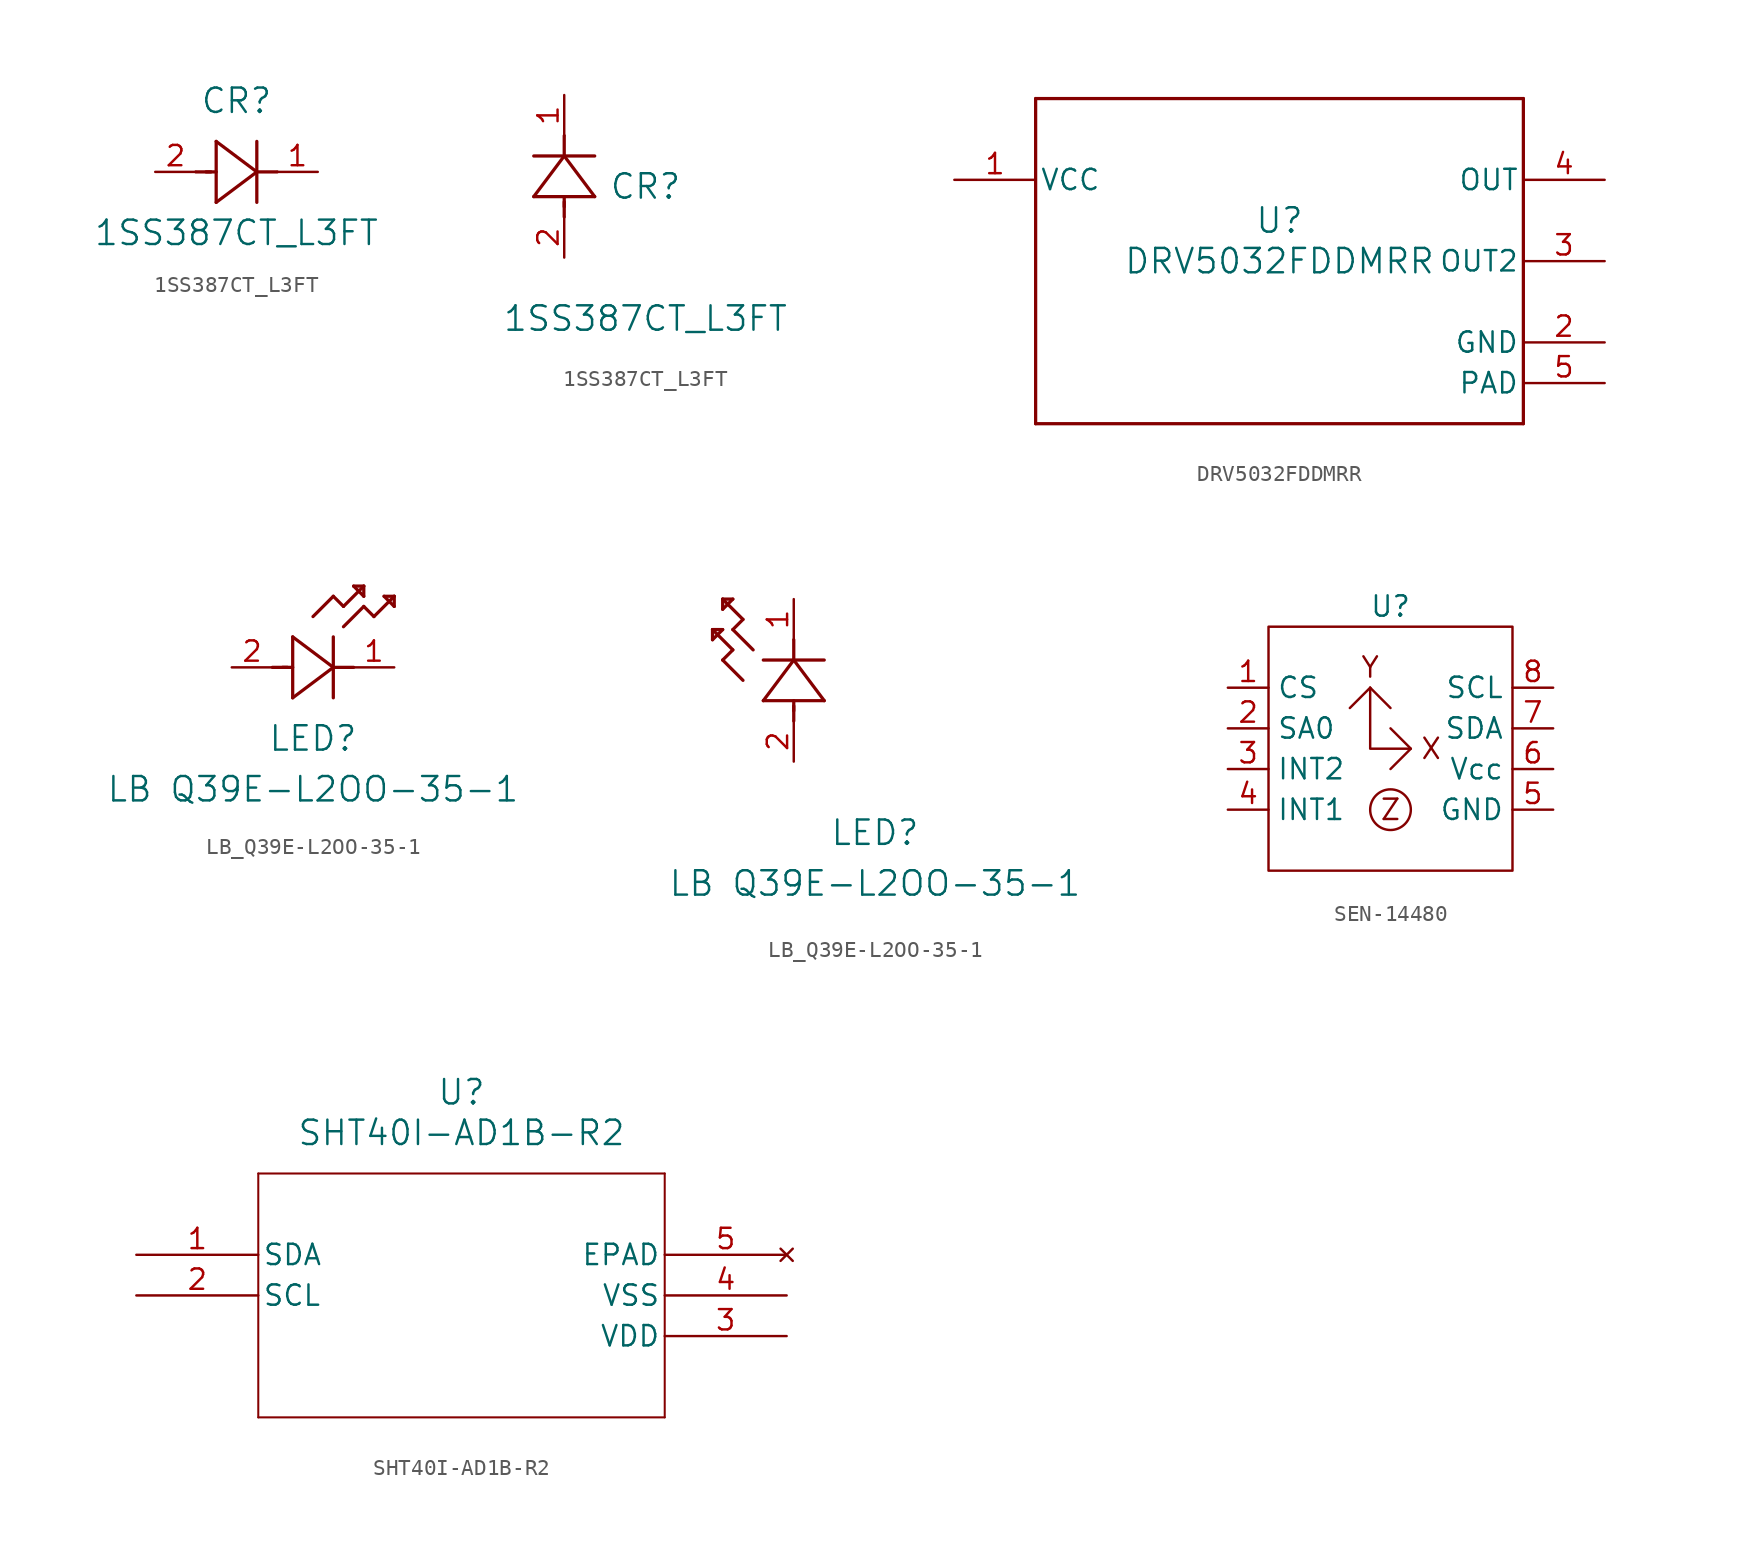
<source format=kicad_sym>
(kicad_symbol_lib
  (version 20220914)
  (generator kicad_symbol_editor)
  (symbol "1SS387CT_L3FT"
    (pin_names
      (offset 0.254))
    (property "Reference" "CR"
      (at 5.08 4.445 0)
      (effects (font (size 1.524 1.524))))
    (property "Value" "1SS387CT_L3FT"
      (at 5.08 -3.81 0)
      (effects (font (size 1.524 1.524))))
    (property "ki_locked" ""
      (at 0 0 0)
      (effects (font (size 1.27 1.27))))
    (symbol "1SS387CT_L3FT_1_1"
      (polyline (pts (xy 2.54 0) (xy 3.48 0)) (stroke (width 0.203) (type default)) (fill (type none)))
      (polyline (pts (xy 3.175 0) (xy 3.81 0)) (stroke (width 0.203) (type default)) (fill (type none)))
      (polyline (pts (xy 3.81 -1.905) (xy 6.35 0)) (stroke (width 0.203) (type default)) (fill (type none)))
      (polyline (pts (xy 3.81 1.905) (xy 3.81 -1.905)) (stroke (width 0.203) (type default)) (fill (type none)))
      (polyline (pts (xy 6.35 -1.905) (xy 6.35 1.905)) (stroke (width 0.203) (type default)) (fill (type none)))
      (polyline (pts (xy 6.35 0) (xy 3.81 1.905)) (stroke (width 0.203) (type default)) (fill (type none)))
      (polyline (pts (xy 6.35 0) (xy 7.62 0)) (stroke (width 0.203) (type default)) (fill (type none)))
      (pin unspecified line (at 10.16 0 180) (length 2.54) (name "" (effects (font (size 1.27 1.27)))) (number "1" (effects (font (size 1.27 1.27)))))
      (pin unspecified line (at 0 0 0) (length 2.54) (name "" (effects (font (size 1.27 1.27)))) (number "2" (effects (font (size 1.27 1.27))))))
    (symbol "1SS387CT_L3FT_1_2"
      (polyline (pts (xy -1.905 3.81) (xy 1.905 3.81)) (stroke (width 0.203) (type default)) (fill (type none)))
      (polyline (pts (xy 0 2.54) (xy 0 3.48)) (stroke (width 0.203) (type default)) (fill (type none)))
      (polyline (pts (xy 0 3.175) (xy 0 3.81)) (stroke (width 0.203) (type default)) (fill (type none)))
      (polyline (pts (xy 0 6.35) (xy -1.905 3.81)) (stroke (width 0.203) (type default)) (fill (type none)))
      (polyline (pts (xy 0 6.35) (xy 0 7.62)) (stroke (width 0.203) (type default)) (fill (type none)))
      (polyline (pts (xy 1.905 3.81) (xy 0 6.35)) (stroke (width 0.203) (type default)) (fill (type none)))
      (polyline (pts (xy 1.905 6.35) (xy -1.905 6.35)) (stroke (width 0.203) (type default)) (fill (type none)))
      (pin unspecified line (at 0 10.16 270) (length 2.54) (name "" (effects (font (size 1.27 1.27)))) (number "1" (effects (font (size 1.27 1.27)))))
      (pin unspecified line (at 0 0 90) (length 2.54) (name "" (effects (font (size 1.27 1.27)))) (number "2" (effects (font (size 1.27 1.27)))))))
  (symbol "DRV5032FDDMRR"
    (pin_names
      (offset 0.254))
    (property "Reference" "U"
      (at 0 2.54 0)
      (effects (font (size 1.524 1.524))))
    (property "Value" "DRV5032FDDMRR"
      (at 0 0 0)
      (effects (font (size 1.524 1.524))))
    (property "ki_locked" ""
      (at 0 0 0)
      (effects (font (size 1.27 1.27))))
    (symbol "DRV5032FDDMRR_0_1"
      (polyline (pts (xy -15.24 -10.16) (xy 15.24 -10.16)) (stroke (width 0.203) (type default)) (fill (type none)))
      (polyline (pts (xy -15.24 10.16) (xy -15.24 -10.16)) (stroke (width 0.203) (type default)) (fill (type none)))
      (polyline (pts (xy 15.24 -10.16) (xy 15.24 10.16)) (stroke (width 0.203) (type default)) (fill (type none)))
      (polyline (pts (xy 15.24 10.16) (xy -15.24 10.16)) (stroke (width 0.203) (type default)) (fill (type none)))
      (pin power_in line (at -20.32 5.08 0) (length 5.08) (name "VCC" (effects (font (size 1.27 1.27)))) (number "1" (effects (font (size 1.27 1.27)))))
      (pin power_in line (at 20.32 -5.08 180) (length 5.08) (name "GND" (effects (font (size 1.27 1.27)))) (number "2" (effects (font (size 1.27 1.27)))))
      (pin output line (at 20.32 0 180) (length 5.08) (name "OUT2" (effects (font (size 1.27 1.27)))) (number "3" (effects (font (size 1.27 1.27)))))
      (pin output line (at 20.32 5.08 180) (length 5.08) (name "OUT" (effects (font (size 1.27 1.27)))) (number "4" (effects (font (size 1.27 1.27)))))
      (pin unspecified line (at 20.32 -7.62 180) (length 5.08) (name "PAD" (effects (font (size 1.27 1.27)))) (number "5" (effects (font (size 1.27 1.27)))))))
  (symbol "LB_Q39E-L2OO-35-1"
    (pin_names
      (offset 0.254))
    (property "Reference" "LED"
      (at 5.08 -4.445 0)
      (effects (font (size 1.524 1.524))))
    (property "Value" "LB Q39E-L2OO-35-1"
      (at 5.08 -7.62 0)
      (effects (font (size 1.524 1.524))))
    (property "ki_locked" ""
      (at 0 0 0)
      (effects (font (size 1.27 1.27))))
    (symbol "LB_Q39E-L2OO-35-1_1_1"
      (polyline (pts (xy 2.54 0) (xy 3.48 0)) (stroke (width 0.203) (type default)) (fill (type none)))
      (polyline (pts (xy 3.175 0) (xy 3.81 0)) (stroke (width 0.203) (type default)) (fill (type none)))
      (polyline (pts (xy 3.81 -1.905) (xy 6.35 0)) (stroke (width 0.203) (type default)) (fill (type none)))
      (polyline (pts (xy 3.81 1.905) (xy 3.81 -1.905)) (stroke (width 0.203) (type default)) (fill (type none)))
      (polyline (pts (xy 5.08 3.175) (xy 6.35 4.445)) (stroke (width 0.203) (type default)) (fill (type none)))
      (polyline (pts (xy 6.35 -1.905) (xy 6.35 1.905)) (stroke (width 0.203) (type default)) (fill (type none)))
      (polyline (pts (xy 6.35 0) (xy 3.81 1.905)) (stroke (width 0.203) (type default)) (fill (type none)))
      (polyline (pts (xy 6.35 0) (xy 7.62 0)) (stroke (width 0.203) (type default)) (fill (type none)))
      (polyline (pts (xy 6.35 4.445) (xy 6.985 3.81)) (stroke (width 0.203) (type default)) (fill (type none)))
      (polyline (pts (xy 6.985 2.54) (xy 8.255 3.81)) (stroke (width 0.203) (type default)) (fill (type none)))
      (polyline (pts (xy 6.985 3.81) (xy 8.255 5.08)) (stroke (width 0.203) (type default)) (fill (type none)))
      (polyline (pts (xy 7.62 5.08) (xy 8.255 4.445)) (stroke (width 0.203) (type default)) (fill (type none)))
      (polyline (pts (xy 8.255 3.81) (xy 8.89 3.175)) (stroke (width 0.203) (type default)) (fill (type none)))
      (polyline (pts (xy 8.255 4.445) (xy 8.255 5.08)) (stroke (width 0.203) (type default)) (fill (type none)))
      (polyline (pts (xy 8.255 5.08) (xy 7.62 5.08)) (stroke (width 0.203) (type default)) (fill (type none)))
      (polyline (pts (xy 8.89 3.175) (xy 10.16 4.445)) (stroke (width 0.203) (type default)) (fill (type none)))
      (polyline (pts (xy 9.525 4.445) (xy 10.16 3.81)) (stroke (width 0.203) (type default)) (fill (type none)))
      (polyline (pts (xy 10.16 3.81) (xy 10.16 4.445)) (stroke (width 0.203) (type default)) (fill (type none)))
      (polyline (pts (xy 10.16 4.445) (xy 9.525 4.445)) (stroke (width 0.203) (type default)) (fill (type none)))
      (pin unspecified line (at 10.16 0 180) (length 2.54) (name "" (effects (font (size 1.27 1.27)))) (number "1" (effects (font (size 1.27 1.27)))))
      (pin unspecified line (at 0 0 0) (length 2.54) (name "" (effects (font (size 1.27 1.27)))) (number "2" (effects (font (size 1.27 1.27))))))
    (symbol "LB_Q39E-L2OO-35-1_1_2"
      (polyline (pts (xy -5.08 7.62) (xy -4.445 8.255)) (stroke (width 0.203) (type default)) (fill (type none)))
      (polyline (pts (xy -5.08 8.255) (xy -5.08 7.62)) (stroke (width 0.203) (type default)) (fill (type none)))
      (polyline (pts (xy -4.445 6.35) (xy -3.81 6.985)) (stroke (width 0.203) (type default)) (fill (type none)))
      (polyline (pts (xy -4.445 8.255) (xy -5.08 8.255)) (stroke (width 0.203) (type default)) (fill (type none)))
      (polyline (pts (xy -4.445 9.525) (xy -3.81 10.16)) (stroke (width 0.203) (type default)) (fill (type none)))
      (polyline (pts (xy -4.445 10.16) (xy -4.445 9.525)) (stroke (width 0.203) (type default)) (fill (type none)))
      (polyline (pts (xy -3.81 6.985) (xy -5.08 8.255)) (stroke (width 0.203) (type default)) (fill (type none)))
      (polyline (pts (xy -3.81 8.255) (xy -3.175 8.89)) (stroke (width 0.203) (type default)) (fill (type none)))
      (polyline (pts (xy -3.81 10.16) (xy -4.445 10.16)) (stroke (width 0.203) (type default)) (fill (type none)))
      (polyline (pts (xy -3.175 5.08) (xy -4.445 6.35)) (stroke (width 0.203) (type default)) (fill (type none)))
      (polyline (pts (xy -3.175 8.89) (xy -4.445 10.16)) (stroke (width 0.203) (type default)) (fill (type none)))
      (polyline (pts (xy -2.54 6.985) (xy -3.81 8.255)) (stroke (width 0.203) (type default)) (fill (type none)))
      (polyline (pts (xy -1.905 3.81) (xy 1.905 3.81)) (stroke (width 0.203) (type default)) (fill (type none)))
      (polyline (pts (xy 0 2.54) (xy 0 3.48)) (stroke (width 0.203) (type default)) (fill (type none)))
      (polyline (pts (xy 0 3.175) (xy 0 3.81)) (stroke (width 0.203) (type default)) (fill (type none)))
      (polyline (pts (xy 0 6.35) (xy -1.905 3.81)) (stroke (width 0.203) (type default)) (fill (type none)))
      (polyline (pts (xy 0 6.35) (xy 0 7.62)) (stroke (width 0.203) (type default)) (fill (type none)))
      (polyline (pts (xy 1.905 3.81) (xy 0 6.35)) (stroke (width 0.203) (type default)) (fill (type none)))
      (polyline (pts (xy 1.905 6.35) (xy -1.905 6.35)) (stroke (width 0.203) (type default)) (fill (type none)))
      (pin unspecified line (at 0 10.16 270) (length 2.54) (name "" (effects (font (size 1.27 1.27)))) (number "1" (effects (font (size 1.27 1.27)))))
      (pin unspecified line (at 0 0 90) (length 2.54) (name "" (effects (font (size 1.27 1.27)))) (number "2" (effects (font (size 1.27 1.27)))))))
  (symbol "SEN-14480"
    (property "Reference" "U"
      (at 0 0 0)
      (effects (font (size 1.27 1.27))))
    (property "Value" ""
      (at 0 0 0)
      (effects (font (size 1.27 1.27))))
    (symbol "SEN-14480_0_1"
      (rectangle (start -7.62 -1.27) (end 7.62 -16.51) (stroke (width 0) (type default)) (fill (type none)))
      (polyline (pts (xy -1.27 -5.08) (xy -1.27 -8.89) (xy 1.27 -8.89)) (stroke (width 0) (type default)) (fill (type none))))
    (symbol "SEN-14480_1_1"
      (circle (center 0 -12.7) (radius 1.27) (stroke (width 0) (type default)) (fill (type none)))
      (polyline (pts (xy -1.27 -5.08) (xy -2.54 -6.35)) (stroke (width 0) (type default)) (fill (type none)))
      (polyline (pts (xy -1.27 -5.08) (xy 0 -6.35)) (stroke (width 0) (type default)) (fill (type none)))
      (polyline (pts (xy 1.27 -8.89) (xy 0 -7.62) (xy 1.27 -8.89) (xy 0 -10.16)) (stroke (width 0) (type default)) (fill (type none)))
      (text "X" (at 2.54 -8.89 0) (effects (font (size 1.27 1.27))))
      (text "Y\n" (at -1.27 -3.81 0) (effects (font (size 1.27 1.27))))
      (text "Z" (at 0 -12.7 0) (effects (font (size 1.27 1.27))))
      (pin input line (at -10.16 -5.08 0) (length 2.54) (name "CS" (effects (font (size 1.27 1.27)))) (number "1" (effects (font (size 1.27 1.27)))))
      (pin input line (at -10.16 -7.62 0) (length 2.54) (name "SA0" (effects (font (size 1.27 1.27)))) (number "2" (effects (font (size 1.27 1.27)))))
      (pin input line (at -10.16 -10.16 0) (length 2.54) (name "INT2" (effects (font (size 1.27 1.27)))) (number "3" (effects (font (size 1.27 1.27)))))
      (pin input line (at -10.16 -12.7 0) (length 2.54) (name "INT1" (effects (font (size 1.27 1.27)))) (number "4" (effects (font (size 1.27 1.27)))))
      (pin input line (at 10.16 -12.7 180) (length 2.54) (name "GND" (effects (font (size 1.27 1.27)))) (number "5" (effects (font (size 1.27 1.27)))))
      (pin input line (at 10.16 -10.16 180) (length 2.54) (name "Vcc" (effects (font (size 1.27 1.27)))) (number "6" (effects (font (size 1.27 1.27)))))
      (pin input line (at 10.16 -7.62 180) (length 2.54) (name "SDA" (effects (font (size 1.27 1.27)))) (number "7" (effects (font (size 1.27 1.27)))))
      (pin input line (at 10.16 -5.08 180) (length 2.54) (name "SCL" (effects (font (size 1.27 1.27)))) (number "8" (effects (font (size 1.27 1.27)))))))
  (symbol "SHT40I-AD1B-R2"
    (pin_names
      (offset 0.254))
    (property "Reference" "U"
      (at 20.32 10.16 0)
      (effects (font (size 1.524 1.524))))
    (property "Value" "SHT40I-AD1B-R2"
      (at 20.32 7.62 0)
      (effects (font (size 1.524 1.524))))
    (property "ki_locked" ""
      (at 0 0 0)
      (effects (font (size 1.27 1.27))))
    (symbol "SHT40I-AD1B-R2_0_1"
      (polyline (pts (xy 7.62 -10.16) (xy 33.02 -10.16)) (stroke (width 0.127) (type default)) (fill (type none)))
      (polyline (pts (xy 7.62 5.08) (xy 7.62 -10.16)) (stroke (width 0.127) (type default)) (fill (type none)))
      (polyline (pts (xy 33.02 -10.16) (xy 33.02 5.08)) (stroke (width 0.127) (type default)) (fill (type none)))
      (polyline (pts (xy 33.02 5.08) (xy 7.62 5.08)) (stroke (width 0.127) (type default)) (fill (type none)))
      (pin bidirectional line (at 0 0 0) (length 7.62) (name "SDA" (effects (font (size 1.27 1.27)))) (number "1" (effects (font (size 1.27 1.27)))))
      (pin input line (at 0 -2.54 0) (length 7.62) (name "SCL" (effects (font (size 1.27 1.27)))) (number "2" (effects (font (size 1.27 1.27)))))
      (pin power_in line (at 40.64 -5.08 180) (length 7.62) (name "VDD" (effects (font (size 1.27 1.27)))) (number "3" (effects (font (size 1.27 1.27)))))
      (pin power_out line (at 40.64 -2.54 180) (length 7.62) (name "VSS" (effects (font (size 1.27 1.27)))) (number "4" (effects (font (size 1.27 1.27)))))
      (pin no_connect line (at 40.64 0 180) (length 7.62) (name "EPAD" (effects (font (size 1.27 1.27)))) (number "5" (effects (font (size 1.27 1.27))))))))
</source>
